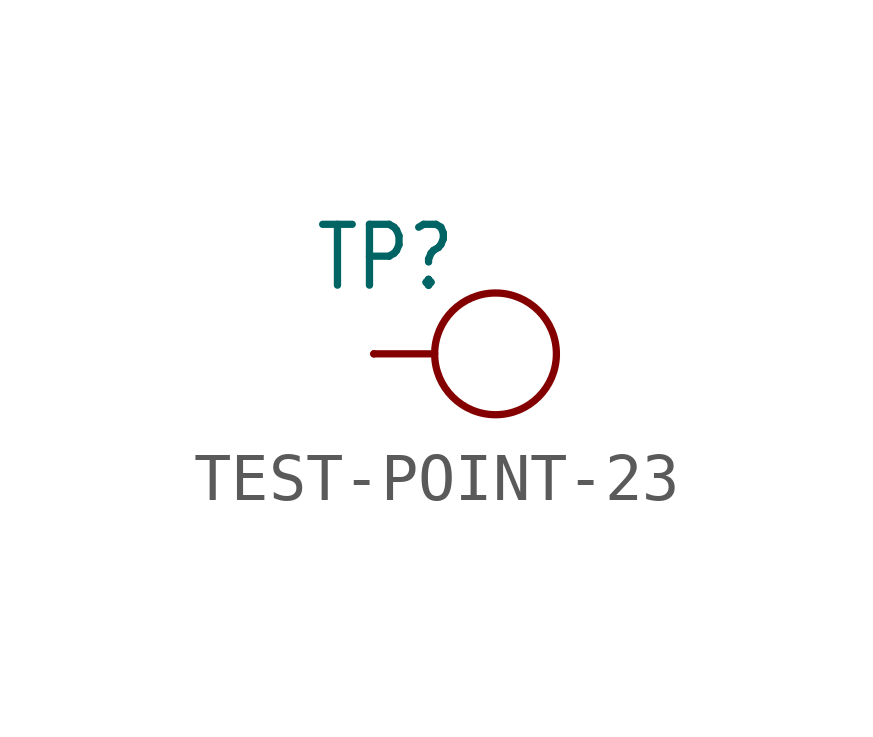
<source format=kicad_sym>
(kicad_symbol_lib
  (version 20241209)
  (generator "kicad_symbol_editor")
  (generator_version "9.0")
  (symbol "TEST-POINT-23"
    (property "Reference" "TP"
      (at -3.81 1.27 0)
      (effects (font (size 1.27 1.079)) (justify left bottom)))
    (property "ki_locked" ""
      (at 0 0 0)
      (effects (font (size 1.27 1.27))))
    (symbol "TEST-POINT-23_1_0"
      (polyline (pts (xy -2.54 0) (xy -1.27 0)) (stroke (width 0.152) (type solid)) (fill (type none)))
      (circle (center 0 0) (radius 1.27) (stroke (width 0.152) (type solid)) (fill (type none)))
      (pin bidirectional line (at -2.54 0 0) (length 0) (name "T" (effects (font (size 0 0)))) (number "T" (effects (font (size 0 0))))))))
</source>
